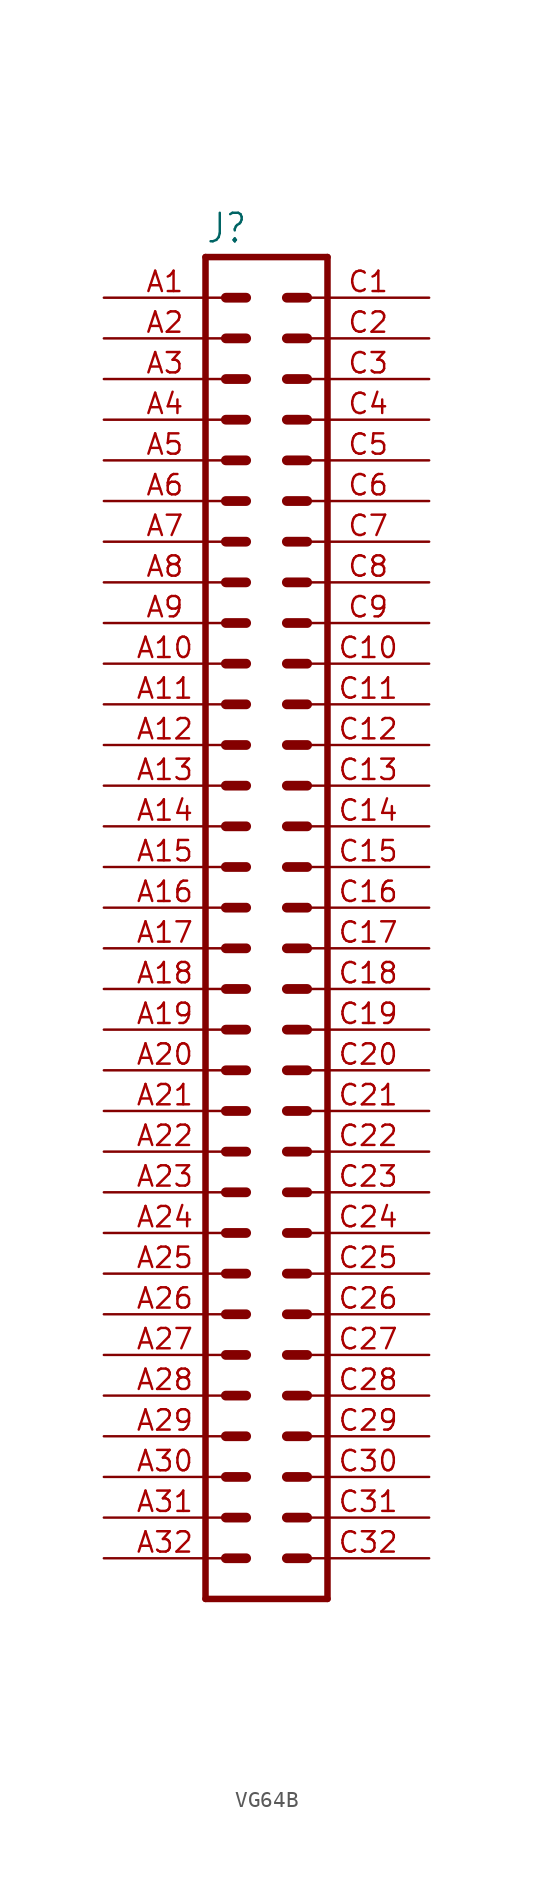
<source format=kicad_sym>
(kicad_symbol_lib
  (version 20231120)
  (generator "kicad_symbol_editor")
  (generator_version "8.0")
  (symbol "VG64B"
    (property "Reference" "J"
      (at -3.81 41.402 0)
      (effects (font (size 1.778 1.511)) (justify left bottom)))
    (property "Value" ""
      (at -3.81 -45.72 0)
      (effects (font (size 1.778 1.511)) (justify left bottom)))
    (property "ki_locked" ""
      (at 0 0 0)
      (effects (font (size 1.27 1.27))))
    (symbol "VG64B_1_0"
      (polyline (pts (xy -3.81 40.64) (xy -3.81 -43.18)) (stroke (width 0.406) (type solid)) (fill (type none)))
      (polyline (pts (xy -3.81 40.64) (xy 3.81 40.64)) (stroke (width 0.406) (type solid)) (fill (type none)))
      (polyline (pts (xy -2.54 -40.64) (xy -1.27 -40.64)) (stroke (width 0.61) (type solid)) (fill (type none)))
      (polyline (pts (xy -2.54 -38.1) (xy -1.27 -38.1)) (stroke (width 0.61) (type solid)) (fill (type none)))
      (polyline (pts (xy -2.54 -35.56) (xy -1.27 -35.56)) (stroke (width 0.61) (type solid)) (fill (type none)))
      (polyline (pts (xy -2.54 -33.02) (xy -1.27 -33.02)) (stroke (width 0.61) (type solid)) (fill (type none)))
      (polyline (pts (xy -2.54 -30.48) (xy -1.27 -30.48)) (stroke (width 0.61) (type solid)) (fill (type none)))
      (polyline (pts (xy -2.54 -27.94) (xy -1.27 -27.94)) (stroke (width 0.61) (type solid)) (fill (type none)))
      (polyline (pts (xy -2.54 -25.4) (xy -1.27 -25.4)) (stroke (width 0.61) (type solid)) (fill (type none)))
      (polyline (pts (xy -2.54 -22.86) (xy -1.27 -22.86)) (stroke (width 0.61) (type solid)) (fill (type none)))
      (polyline (pts (xy -2.54 -20.32) (xy -1.27 -20.32)) (stroke (width 0.61) (type solid)) (fill (type none)))
      (polyline (pts (xy -2.54 -17.78) (xy -1.27 -17.78)) (stroke (width 0.61) (type solid)) (fill (type none)))
      (polyline (pts (xy -2.54 -15.24) (xy -1.27 -15.24)) (stroke (width 0.61) (type solid)) (fill (type none)))
      (polyline (pts (xy -2.54 -12.7) (xy -1.27 -12.7)) (stroke (width 0.61) (type solid)) (fill (type none)))
      (polyline (pts (xy -2.54 -10.16) (xy -1.27 -10.16)) (stroke (width 0.61) (type solid)) (fill (type none)))
      (polyline (pts (xy -2.54 -7.62) (xy -1.27 -7.62)) (stroke (width 0.61) (type solid)) (fill (type none)))
      (polyline (pts (xy -2.54 -5.08) (xy -1.27 -5.08)) (stroke (width 0.61) (type solid)) (fill (type none)))
      (polyline (pts (xy -2.54 -2.54) (xy -1.27 -2.54)) (stroke (width 0.61) (type solid)) (fill (type none)))
      (polyline (pts (xy -2.54 0) (xy -1.27 0)) (stroke (width 0.61) (type solid)) (fill (type none)))
      (polyline (pts (xy -2.54 2.54) (xy -1.27 2.54)) (stroke (width 0.61) (type solid)) (fill (type none)))
      (polyline (pts (xy -2.54 5.08) (xy -1.27 5.08)) (stroke (width 0.61) (type solid)) (fill (type none)))
      (polyline (pts (xy -2.54 7.62) (xy -1.27 7.62)) (stroke (width 0.61) (type solid)) (fill (type none)))
      (polyline (pts (xy -2.54 10.16) (xy -1.27 10.16)) (stroke (width 0.61) (type solid)) (fill (type none)))
      (polyline (pts (xy -2.54 12.7) (xy -1.27 12.7)) (stroke (width 0.61) (type solid)) (fill (type none)))
      (polyline (pts (xy -2.54 15.24) (xy -1.27 15.24)) (stroke (width 0.61) (type solid)) (fill (type none)))
      (polyline (pts (xy -2.54 17.78) (xy -1.27 17.78)) (stroke (width 0.61) (type solid)) (fill (type none)))
      (polyline (pts (xy -2.54 20.32) (xy -1.27 20.32)) (stroke (width 0.61) (type solid)) (fill (type none)))
      (polyline (pts (xy -2.54 22.86) (xy -1.27 22.86)) (stroke (width 0.61) (type solid)) (fill (type none)))
      (polyline (pts (xy -2.54 25.4) (xy -1.27 25.4)) (stroke (width 0.61) (type solid)) (fill (type none)))
      (polyline (pts (xy -2.54 27.94) (xy -1.27 27.94)) (stroke (width 0.61) (type solid)) (fill (type none)))
      (polyline (pts (xy -2.54 30.48) (xy -1.27 30.48)) (stroke (width 0.61) (type solid)) (fill (type none)))
      (polyline (pts (xy -2.54 33.02) (xy -1.27 33.02)) (stroke (width 0.61) (type solid)) (fill (type none)))
      (polyline (pts (xy -2.54 35.56) (xy -1.27 35.56)) (stroke (width 0.61) (type solid)) (fill (type none)))
      (polyline (pts (xy -2.54 38.1) (xy -1.27 38.1)) (stroke (width 0.61) (type solid)) (fill (type none)))
      (polyline (pts (xy 1.27 -40.64) (xy 2.54 -40.64)) (stroke (width 0.61) (type solid)) (fill (type none)))
      (polyline (pts (xy 1.27 -38.1) (xy 2.54 -38.1)) (stroke (width 0.61) (type solid)) (fill (type none)))
      (polyline (pts (xy 1.27 -35.56) (xy 2.54 -35.56)) (stroke (width 0.61) (type solid)) (fill (type none)))
      (polyline (pts (xy 1.27 -33.02) (xy 2.54 -33.02)) (stroke (width 0.61) (type solid)) (fill (type none)))
      (polyline (pts (xy 1.27 -30.48) (xy 2.54 -30.48)) (stroke (width 0.61) (type solid)) (fill (type none)))
      (polyline (pts (xy 1.27 -27.94) (xy 2.54 -27.94)) (stroke (width 0.61) (type solid)) (fill (type none)))
      (polyline (pts (xy 1.27 -25.4) (xy 2.54 -25.4)) (stroke (width 0.61) (type solid)) (fill (type none)))
      (polyline (pts (xy 1.27 -22.86) (xy 2.54 -22.86)) (stroke (width 0.61) (type solid)) (fill (type none)))
      (polyline (pts (xy 1.27 -20.32) (xy 2.54 -20.32)) (stroke (width 0.61) (type solid)) (fill (type none)))
      (polyline (pts (xy 1.27 -17.78) (xy 2.54 -17.78)) (stroke (width 0.61) (type solid)) (fill (type none)))
      (polyline (pts (xy 1.27 -15.24) (xy 2.54 -15.24)) (stroke (width 0.61) (type solid)) (fill (type none)))
      (polyline (pts (xy 1.27 -12.7) (xy 2.54 -12.7)) (stroke (width 0.61) (type solid)) (fill (type none)))
      (polyline (pts (xy 1.27 -10.16) (xy 2.54 -10.16)) (stroke (width 0.61) (type solid)) (fill (type none)))
      (polyline (pts (xy 1.27 -7.62) (xy 2.54 -7.62)) (stroke (width 0.61) (type solid)) (fill (type none)))
      (polyline (pts (xy 1.27 -5.08) (xy 2.54 -5.08)) (stroke (width 0.61) (type solid)) (fill (type none)))
      (polyline (pts (xy 1.27 -2.54) (xy 2.54 -2.54)) (stroke (width 0.61) (type solid)) (fill (type none)))
      (polyline (pts (xy 1.27 0) (xy 2.54 0)) (stroke (width 0.61) (type solid)) (fill (type none)))
      (polyline (pts (xy 1.27 2.54) (xy 2.54 2.54)) (stroke (width 0.61) (type solid)) (fill (type none)))
      (polyline (pts (xy 1.27 5.08) (xy 2.54 5.08)) (stroke (width 0.61) (type solid)) (fill (type none)))
      (polyline (pts (xy 1.27 7.62) (xy 2.54 7.62)) (stroke (width 0.61) (type solid)) (fill (type none)))
      (polyline (pts (xy 1.27 10.16) (xy 2.54 10.16)) (stroke (width 0.61) (type solid)) (fill (type none)))
      (polyline (pts (xy 1.27 12.7) (xy 2.54 12.7)) (stroke (width 0.61) (type solid)) (fill (type none)))
      (polyline (pts (xy 1.27 15.24) (xy 2.54 15.24)) (stroke (width 0.61) (type solid)) (fill (type none)))
      (polyline (pts (xy 1.27 17.78) (xy 2.54 17.78)) (stroke (width 0.61) (type solid)) (fill (type none)))
      (polyline (pts (xy 1.27 20.32) (xy 2.54 20.32)) (stroke (width 0.61) (type solid)) (fill (type none)))
      (polyline (pts (xy 1.27 22.86) (xy 2.54 22.86)) (stroke (width 0.61) (type solid)) (fill (type none)))
      (polyline (pts (xy 1.27 25.4) (xy 2.54 25.4)) (stroke (width 0.61) (type solid)) (fill (type none)))
      (polyline (pts (xy 1.27 27.94) (xy 2.54 27.94)) (stroke (width 0.61) (type solid)) (fill (type none)))
      (polyline (pts (xy 1.27 30.48) (xy 2.54 30.48)) (stroke (width 0.61) (type solid)) (fill (type none)))
      (polyline (pts (xy 1.27 33.02) (xy 2.54 33.02)) (stroke (width 0.61) (type solid)) (fill (type none)))
      (polyline (pts (xy 1.27 35.56) (xy 2.54 35.56)) (stroke (width 0.61) (type solid)) (fill (type none)))
      (polyline (pts (xy 1.27 38.1) (xy 2.54 38.1)) (stroke (width 0.61) (type solid)) (fill (type none)))
      (polyline (pts (xy 3.81 -43.18) (xy -3.81 -43.18)) (stroke (width 0.406) (type solid)) (fill (type none)))
      (polyline (pts (xy 3.81 -43.18) (xy 3.81 40.64)) (stroke (width 0.406) (type solid)) (fill (type none)))
      (pin passive line (at -10.16 38.1 0) (length 7.62) (name "A1" (effects (font (size 0 0)))) (number "A1" (effects (font (size 1.27 1.27)))))
      (pin passive line (at -10.16 15.24 0) (length 7.62) (name "A10" (effects (font (size 0 0)))) (number "A10" (effects (font (size 1.27 1.27)))))
      (pin passive line (at -10.16 12.7 0) (length 7.62) (name "A11" (effects (font (size 0 0)))) (number "A11" (effects (font (size 1.27 1.27)))))
      (pin passive line (at -10.16 10.16 0) (length 7.62) (name "A12" (effects (font (size 0 0)))) (number "A12" (effects (font (size 1.27 1.27)))))
      (pin passive line (at -10.16 7.62 0) (length 7.62) (name "A13" (effects (font (size 0 0)))) (number "A13" (effects (font (size 1.27 1.27)))))
      (pin passive line (at -10.16 5.08 0) (length 7.62) (name "A14" (effects (font (size 0 0)))) (number "A14" (effects (font (size 1.27 1.27)))))
      (pin passive line (at -10.16 2.54 0) (length 7.62) (name "A15" (effects (font (size 0 0)))) (number "A15" (effects (font (size 1.27 1.27)))))
      (pin passive line (at -10.16 0 0) (length 7.62) (name "A16" (effects (font (size 0 0)))) (number "A16" (effects (font (size 1.27 1.27)))))
      (pin passive line (at -10.16 -2.54 0) (length 7.62) (name "A17" (effects (font (size 0 0)))) (number "A17" (effects (font (size 1.27 1.27)))))
      (pin passive line (at -10.16 -5.08 0) (length 7.62) (name "A18" (effects (font (size 0 0)))) (number "A18" (effects (font (size 1.27 1.27)))))
      (pin passive line (at -10.16 -7.62 0) (length 7.62) (name "A19" (effects (font (size 0 0)))) (number "A19" (effects (font (size 1.27 1.27)))))
      (pin passive line (at -10.16 35.56 0) (length 7.62) (name "A2" (effects (font (size 0 0)))) (number "A2" (effects (font (size 1.27 1.27)))))
      (pin passive line (at -10.16 -10.16 0) (length 7.62) (name "A20" (effects (font (size 0 0)))) (number "A20" (effects (font (size 1.27 1.27)))))
      (pin passive line (at -10.16 -12.7 0) (length 7.62) (name "A21" (effects (font (size 0 0)))) (number "A21" (effects (font (size 1.27 1.27)))))
      (pin passive line (at -10.16 -15.24 0) (length 7.62) (name "A22" (effects (font (size 0 0)))) (number "A22" (effects (font (size 1.27 1.27)))))
      (pin passive line (at -10.16 -17.78 0) (length 7.62) (name "A23" (effects (font (size 0 0)))) (number "A23" (effects (font (size 1.27 1.27)))))
      (pin passive line (at -10.16 -20.32 0) (length 7.62) (name "A24" (effects (font (size 0 0)))) (number "A24" (effects (font (size 1.27 1.27)))))
      (pin passive line (at -10.16 -22.86 0) (length 7.62) (name "A25" (effects (font (size 0 0)))) (number "A25" (effects (font (size 1.27 1.27)))))
      (pin passive line (at -10.16 -25.4 0) (length 7.62) (name "A26" (effects (font (size 0 0)))) (number "A26" (effects (font (size 1.27 1.27)))))
      (pin passive line (at -10.16 -27.94 0) (length 7.62) (name "A27" (effects (font (size 0 0)))) (number "A27" (effects (font (size 1.27 1.27)))))
      (pin passive line (at -10.16 -30.48 0) (length 7.62) (name "A28" (effects (font (size 0 0)))) (number "A28" (effects (font (size 1.27 1.27)))))
      (pin passive line (at -10.16 -33.02 0) (length 7.62) (name "A29" (effects (font (size 0 0)))) (number "A29" (effects (font (size 1.27 1.27)))))
      (pin passive line (at -10.16 33.02 0) (length 7.62) (name "A3" (effects (font (size 0 0)))) (number "A3" (effects (font (size 1.27 1.27)))))
      (pin passive line (at -10.16 -35.56 0) (length 7.62) (name "A30" (effects (font (size 0 0)))) (number "A30" (effects (font (size 1.27 1.27)))))
      (pin passive line (at -10.16 -38.1 0) (length 7.62) (name "A31" (effects (font (size 0 0)))) (number "A31" (effects (font (size 1.27 1.27)))))
      (pin passive line (at -10.16 -40.64 0) (length 7.62) (name "A32" (effects (font (size 0 0)))) (number "A32" (effects (font (size 1.27 1.27)))))
      (pin passive line (at -10.16 30.48 0) (length 7.62) (name "A4" (effects (font (size 0 0)))) (number "A4" (effects (font (size 1.27 1.27)))))
      (pin passive line (at -10.16 27.94 0) (length 7.62) (name "A5" (effects (font (size 0 0)))) (number "A5" (effects (font (size 1.27 1.27)))))
      (pin passive line (at -10.16 25.4 0) (length 7.62) (name "A6" (effects (font (size 0 0)))) (number "A6" (effects (font (size 1.27 1.27)))))
      (pin passive line (at -10.16 22.86 0) (length 7.62) (name "A7" (effects (font (size 0 0)))) (number "A7" (effects (font (size 1.27 1.27)))))
      (pin passive line (at -10.16 20.32 0) (length 7.62) (name "A8" (effects (font (size 0 0)))) (number "A8" (effects (font (size 1.27 1.27)))))
      (pin passive line (at -10.16 17.78 0) (length 7.62) (name "A9" (effects (font (size 0 0)))) (number "A9" (effects (font (size 1.27 1.27)))))
      (pin passive line (at 10.16 38.1 180) (length 7.62) (name "C1" (effects (font (size 0 0)))) (number "C1" (effects (font (size 1.27 1.27)))))
      (pin passive line (at 10.16 15.24 180) (length 7.62) (name "C10" (effects (font (size 0 0)))) (number "C10" (effects (font (size 1.27 1.27)))))
      (pin passive line (at 10.16 12.7 180) (length 7.62) (name "C11" (effects (font (size 0 0)))) (number "C11" (effects (font (size 1.27 1.27)))))
      (pin passive line (at 10.16 10.16 180) (length 7.62) (name "C12" (effects (font (size 0 0)))) (number "C12" (effects (font (size 1.27 1.27)))))
      (pin passive line (at 10.16 7.62 180) (length 7.62) (name "C13" (effects (font (size 0 0)))) (number "C13" (effects (font (size 1.27 1.27)))))
      (pin passive line (at 10.16 5.08 180) (length 7.62) (name "C14" (effects (font (size 0 0)))) (number "C14" (effects (font (size 1.27 1.27)))))
      (pin passive line (at 10.16 2.54 180) (length 7.62) (name "C15" (effects (font (size 0 0)))) (number "C15" (effects (font (size 1.27 1.27)))))
      (pin passive line (at 10.16 0 180) (length 7.62) (name "C16" (effects (font (size 0 0)))) (number "C16" (effects (font (size 1.27 1.27)))))
      (pin passive line (at 10.16 -2.54 180) (length 7.62) (name "C17" (effects (font (size 0 0)))) (number "C17" (effects (font (size 1.27 1.27)))))
      (pin passive line (at 10.16 -5.08 180) (length 7.62) (name "C18" (effects (font (size 0 0)))) (number "C18" (effects (font (size 1.27 1.27)))))
      (pin passive line (at 10.16 -7.62 180) (length 7.62) (name "C19" (effects (font (size 0 0)))) (number "C19" (effects (font (size 1.27 1.27)))))
      (pin passive line (at 10.16 35.56 180) (length 7.62) (name "C2" (effects (font (size 0 0)))) (number "C2" (effects (font (size 1.27 1.27)))))
      (pin passive line (at 10.16 -10.16 180) (length 7.62) (name "C20" (effects (font (size 0 0)))) (number "C20" (effects (font (size 1.27 1.27)))))
      (pin passive line (at 10.16 -12.7 180) (length 7.62) (name "C21" (effects (font (size 0 0)))) (number "C21" (effects (font (size 1.27 1.27)))))
      (pin passive line (at 10.16 -15.24 180) (length 7.62) (name "C22" (effects (font (size 0 0)))) (number "C22" (effects (font (size 1.27 1.27)))))
      (pin passive line (at 10.16 -17.78 180) (length 7.62) (name "C23" (effects (font (size 0 0)))) (number "C23" (effects (font (size 1.27 1.27)))))
      (pin passive line (at 10.16 -20.32 180) (length 7.62) (name "C24" (effects (font (size 0 0)))) (number "C24" (effects (font (size 1.27 1.27)))))
      (pin passive line (at 10.16 -22.86 180) (length 7.62) (name "C25" (effects (font (size 0 0)))) (number "C25" (effects (font (size 1.27 1.27)))))
      (pin passive line (at 10.16 -25.4 180) (length 7.62) (name "C26" (effects (font (size 0 0)))) (number "C26" (effects (font (size 1.27 1.27)))))
      (pin passive line (at 10.16 -27.94 180) (length 7.62) (name "C27" (effects (font (size 0 0)))) (number "C27" (effects (font (size 1.27 1.27)))))
      (pin passive line (at 10.16 -30.48 180) (length 7.62) (name "C28" (effects (font (size 0 0)))) (number "C28" (effects (font (size 1.27 1.27)))))
      (pin passive line (at 10.16 -33.02 180) (length 7.62) (name "C29" (effects (font (size 0 0)))) (number "C29" (effects (font (size 1.27 1.27)))))
      (pin passive line (at 10.16 33.02 180) (length 7.62) (name "C3" (effects (font (size 0 0)))) (number "C3" (effects (font (size 1.27 1.27)))))
      (pin passive line (at 10.16 -35.56 180) (length 7.62) (name "C30" (effects (font (size 0 0)))) (number "C30" (effects (font (size 1.27 1.27)))))
      (pin passive line (at 10.16 -38.1 180) (length 7.62) (name "C31" (effects (font (size 0 0)))) (number "C31" (effects (font (size 1.27 1.27)))))
      (pin passive line (at 10.16 -40.64 180) (length 7.62) (name "C32" (effects (font (size 0 0)))) (number "C32" (effects (font (size 1.27 1.27)))))
      (pin passive line (at 10.16 30.48 180) (length 7.62) (name "C4" (effects (font (size 0 0)))) (number "C4" (effects (font (size 1.27 1.27)))))
      (pin passive line (at 10.16 27.94 180) (length 7.62) (name "C5" (effects (font (size 0 0)))) (number "C5" (effects (font (size 1.27 1.27)))))
      (pin passive line (at 10.16 25.4 180) (length 7.62) (name "C6" (effects (font (size 0 0)))) (number "C6" (effects (font (size 1.27 1.27)))))
      (pin passive line (at 10.16 22.86 180) (length 7.62) (name "C7" (effects (font (size 0 0)))) (number "C7" (effects (font (size 1.27 1.27)))))
      (pin passive line (at 10.16 20.32 180) (length 7.62) (name "C8" (effects (font (size 0 0)))) (number "C8" (effects (font (size 1.27 1.27)))))
      (pin passive line (at 10.16 17.78 180) (length 7.62) (name "C9" (effects (font (size 0 0)))) (number "C9" (effects (font (size 1.27 1.27))))))))
</source>
